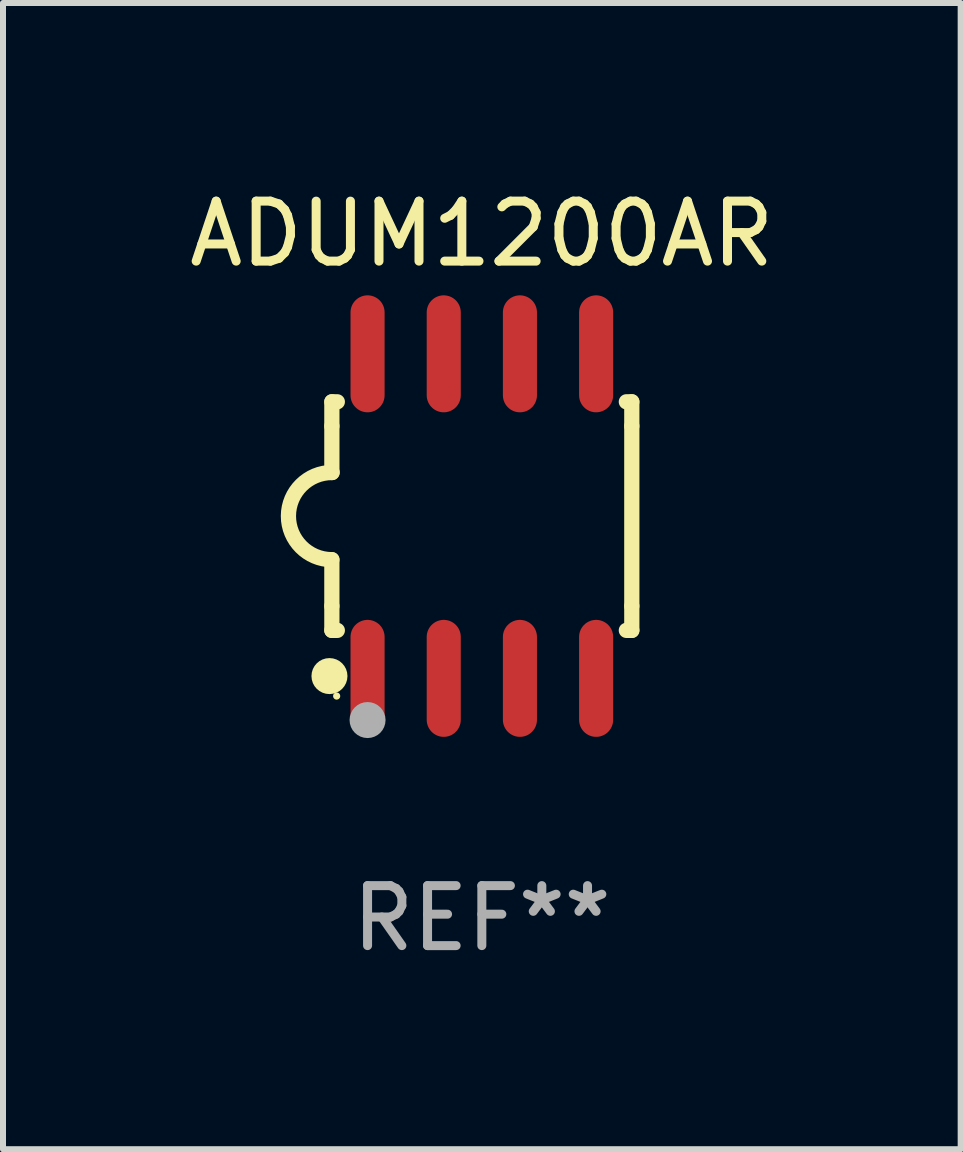
<source format=kicad_pcb>
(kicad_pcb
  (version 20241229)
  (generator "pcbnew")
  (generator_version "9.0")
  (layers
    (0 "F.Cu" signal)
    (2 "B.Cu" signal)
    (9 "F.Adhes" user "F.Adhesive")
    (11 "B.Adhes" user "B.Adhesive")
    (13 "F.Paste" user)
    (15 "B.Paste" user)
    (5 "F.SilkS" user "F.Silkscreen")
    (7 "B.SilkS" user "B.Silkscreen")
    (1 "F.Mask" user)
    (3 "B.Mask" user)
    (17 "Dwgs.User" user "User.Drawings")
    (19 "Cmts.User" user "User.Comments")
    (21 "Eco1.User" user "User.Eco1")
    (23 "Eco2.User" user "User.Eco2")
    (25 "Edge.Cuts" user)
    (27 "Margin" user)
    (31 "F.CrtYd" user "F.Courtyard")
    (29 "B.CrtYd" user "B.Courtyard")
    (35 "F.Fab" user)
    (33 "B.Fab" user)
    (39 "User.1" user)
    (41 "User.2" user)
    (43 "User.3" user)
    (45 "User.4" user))
  (footprint "ADUM1200AR"
    (layer "F.Cu")
    (at 4.982 5.553)
    (property "Reference" "ADUM1200AR" (at 0 -4.705 0) (layer "F.SilkS") (effects (font (size 1 1) (thickness 0.15))))
    (attr through_hole)
    (fp_line (start -2.5 -1.905) (end -2.409 -1.905) (stroke (width 0.254) (type solid)) (layer "F.SilkS"))
    (fp_line (start -2.5 -1.5) (end -2.5 -1.905) (stroke (width 0.254) (type solid)) (layer "F.SilkS"))
    (fp_line (start -2.5 -1.5) (end -2.5 -0.726) (stroke (width 0.254) (type solid)) (layer "F.SilkS"))
    (fp_line (start -2.5 1.5) (end -2.5 0.727) (stroke (width 0.254) (type solid)) (layer "F.SilkS"))
    (fp_line (start -2.5 1.5) (end -2.5 1.905) (stroke (width 0.254) (type solid)) (layer "F.SilkS"))
    (fp_line (start -2.5 1.905) (end -2.409 1.905) (stroke (width 0.254) (type solid)) (layer "F.SilkS"))
    (fp_line (start 2.5 -1.905) (end 2.409 -1.905) (stroke (width 0.254) (type solid)) (layer "F.SilkS"))
    (fp_line (start 2.5 -1.5) (end 2.5 -1.905) (stroke (width 0.254) (type solid)) (layer "F.SilkS"))
    (fp_line (start 2.5 -1.5) (end 2.5 1.5) (stroke (width 0.254) (type solid)) (layer "F.SilkS"))
    (fp_line (start 2.5 1.5) (end 2.5 1.905) (stroke (width 0.254) (type solid)) (layer "F.SilkS"))
    (fp_line (start 2.5 1.905) (end 2.409 1.905) (stroke (width 0.254) (type solid)) (layer "F.SilkS"))
    (fp_arc (start -2.5 0.726568) (mid -3.220316 -0.0023) (end -2.495097 -0.726289) (stroke (width 0.254001) (type solid)) (layer "F.SilkS"))
    (fp_circle (center -2.54 2.667) (end -2.39 2.667) (stroke (width 0.3) (type solid)) (fill no) (layer "F.SilkS"))
    (fp_circle (center -2.42 3) (end -2.39 3) (stroke (width 0.06) (type solid)) (fill no) (layer "F.SilkS"))
    (fp_circle (center -1.905 3.4) (end -1.755 3.4) (stroke (width 0.3) (type solid)) (fill no) (layer "F.Fab"))
    (fp_text user "REF**" (at 0 6.705 0) (layer "F.Fab") (effects (font (size 1 1) (thickness 0.15))))
    (pad "1" smd oval (at -1.905 2.705) (size 0.568 1.95) (layers "F.Cu" "F.Mask" "F.Paste"))
    (pad "2" smd oval (at -0.635 2.705) (size 0.568 1.95) (layers "F.Cu" "F.Mask" "F.Paste"))
    (pad "3" smd oval (at 0.635 2.705) (size 0.568 1.95) (layers "F.Cu" "F.Mask" "F.Paste"))
    (pad "4" smd oval (at 1.905 2.705) (size 0.568 1.95) (layers "F.Cu" "F.Mask" "F.Paste"))
    (pad "5" smd oval (at 1.905 -2.705) (size 0.568 1.95) (layers "F.Cu" "F.Mask" "F.Paste"))
    (pad "6" smd oval (at 0.635 -2.705) (size 0.568 1.95) (layers "F.Cu" "F.Mask" "F.Paste"))
    (pad "7" smd oval (at -0.635 -2.705) (size 0.568 1.95) (layers "F.Cu" "F.Mask" "F.Paste"))
    (pad "8" smd oval (at -1.905 -2.705) (size 0.568 1.95) (layers "F.Cu" "F.Mask" "F.Paste")))
  (gr_rect
    (start -3 -3)
    (end 12.964 16.107)
    (stroke (width 0.1) (type default))
    (fill no)
    (layer "Edge.Cuts")))
</source>
